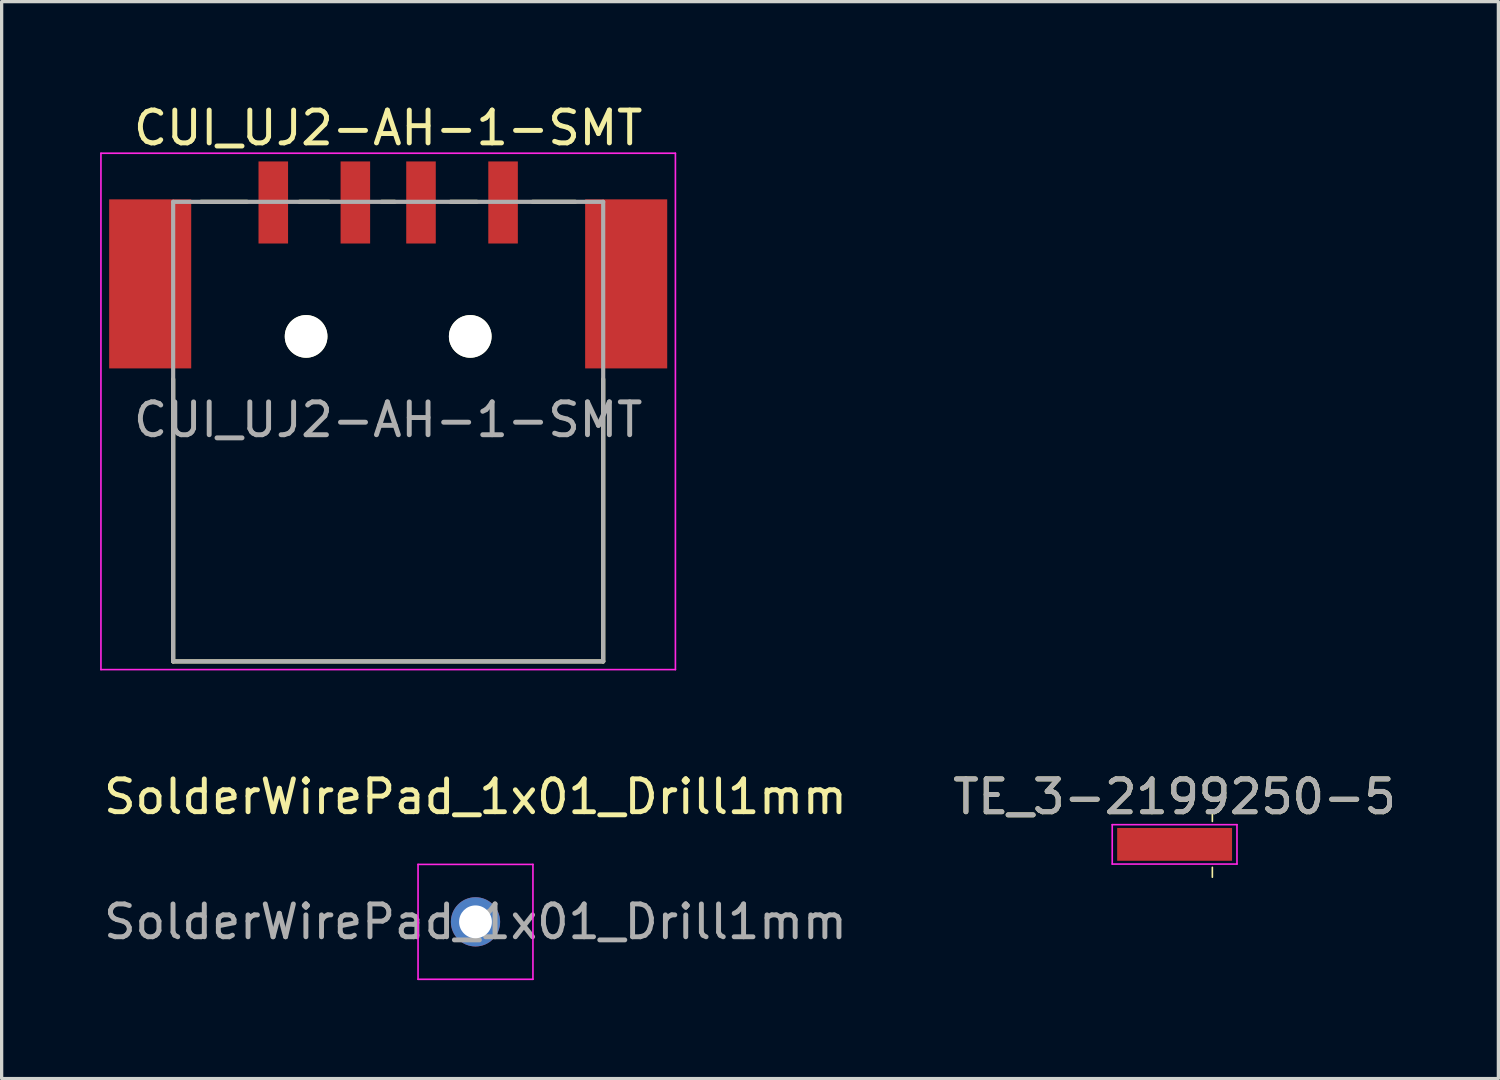
<source format=kicad_pcb>
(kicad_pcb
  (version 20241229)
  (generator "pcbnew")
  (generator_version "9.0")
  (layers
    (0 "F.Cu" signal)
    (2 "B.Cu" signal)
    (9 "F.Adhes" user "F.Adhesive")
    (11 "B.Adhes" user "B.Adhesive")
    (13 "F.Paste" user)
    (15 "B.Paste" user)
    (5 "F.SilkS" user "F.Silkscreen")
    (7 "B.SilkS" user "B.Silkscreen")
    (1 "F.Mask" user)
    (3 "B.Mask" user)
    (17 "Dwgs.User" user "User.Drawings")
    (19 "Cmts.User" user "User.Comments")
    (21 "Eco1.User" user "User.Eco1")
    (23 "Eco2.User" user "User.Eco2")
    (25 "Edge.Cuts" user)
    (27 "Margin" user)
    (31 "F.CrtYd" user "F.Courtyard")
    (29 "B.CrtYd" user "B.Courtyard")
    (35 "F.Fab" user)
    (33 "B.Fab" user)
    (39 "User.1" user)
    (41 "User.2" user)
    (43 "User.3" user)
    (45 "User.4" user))
  (footprint "TE_3-2199250-5"
    (layer "F.Cu")
    (at 32.732 22.672)
    (property "Reference" "TE_3-2199250-5" (at 0 -1.448 0) (layer "F.SilkS") (effects (font (size 1 1) (thickness 0.15))))
    (attr exclude_from_pos_files exclude_from_bom)
    (fp_line (start 1.15 -1) (end 1.15 -0.7) (stroke (width 0.05) (type solid)) (layer "F.SilkS"))
    (fp_line (start 1.15 0.7) (end 1.15 1) (stroke (width 0.05) (type solid)) (layer "F.SilkS"))
    (fp_line (start -1.9 -0.6) (end -1.9 0.6) (stroke (width 0.05) (type solid)) (layer "F.CrtYd"))
    (fp_line (start -1.9 -0.6) (end 1.9 -0.6) (stroke (width 0.05) (type solid)) (layer "F.CrtYd"))
    (fp_line (start -1.9 0.6) (end 1.9 0.6) (stroke (width 0.05) (type solid)) (layer "F.CrtYd"))
    (fp_line (start 1.9 -0.6) (end 1.9 0.6) (stroke (width 0.05) (type solid)) (layer "F.CrtYd"))
    (fp_text user "${REFERENCE}" (at 0 -1.45 0) (layer "F.Fab") (effects (font (size 1 1) (thickness 0.15))))
    (pad "1" smd rect (at 0 0) (size 3.5 1) (layers "F.Cu" "F.Mask")))
  (footprint "CUI_UJ2-AH-1-SMT"
    (layer "F.Cu")
    (at 8.775 7.198)
    (property "Reference" "CUI_UJ2-AH-1-SMT" (at 0 2.54 0) (layer "F.Fab") (effects (font (size 1 1) (thickness 0.15))))
    (attr smd)
    (fp_line (start -6.55 1.3) (end -6.55 9.9) (stroke (width 0.127) (type solid)) (layer "F.SilkS"))
    (fp_line (start -6.55 9.9) (end 6.55 9.9) (stroke (width 0.127) (type solid)) (layer "F.SilkS"))
    (fp_line (start -4.3 -4.1) (end -5.7 -4.1) (stroke (width 0.127) (type solid)) (layer "F.SilkS"))
    (fp_line (start -2.7 -4.1) (end -1.8 -4.1) (stroke (width 0.127) (type solid)) (layer "F.SilkS"))
    (fp_line (start -0.2 -4.1) (end 0.2 -4.1) (stroke (width 0.127) (type solid)) (layer "F.SilkS"))
    (fp_line (start 1.9 -4.1) (end 2.7 -4.1) (stroke (width 0.127) (type solid)) (layer "F.SilkS"))
    (fp_line (start 4.4 -4.1) (end 5.7 -4.1) (stroke (width 0.127) (type solid)) (layer "F.SilkS"))
    (fp_line (start 6.55 9.9) (end 6.55 1.3) (stroke (width 0.127) (type solid)) (layer "F.SilkS"))
    (fp_line (start -8.75 -5.58) (end 8.75 -5.58) (stroke (width 0.05) (type solid)) (layer "F.CrtYd"))
    (fp_line (start -8.75 10.15) (end -8.75 -5.58) (stroke (width 0.05) (type solid)) (layer "F.CrtYd"))
    (fp_line (start 8.75 -5.58) (end 8.75 10.15) (stroke (width 0.05) (type solid)) (layer "F.CrtYd"))
    (fp_line (start 8.75 10.15) (end -8.75 10.15) (stroke (width 0.05) (type solid)) (layer "F.CrtYd"))
    (fp_line (start -6.55 -4.1) (end 6.55 -4.1) (stroke (width 0.127) (type solid)) (layer "F.Fab"))
    (fp_line (start -6.55 9.9) (end -6.55 -4.1) (stroke (width 0.127) (type solid)) (layer "F.Fab"))
    (fp_line (start 6.55 -4.1) (end 6.55 9.9) (stroke (width 0.127) (type solid)) (layer "F.Fab"))
    (fp_line (start 6.55 9.9) (end -6.55 9.9) (stroke (width 0.127) (type solid)) (layer "F.Fab"))
    (fp_text user "${REFERENCE}" (at 0 -6.35 0) (layer "F.SilkS") (effects (font (size 1 1) (thickness 0.15))))
    (pad "" np_thru_hole circle (at -2.5 0) (size 1.3 1.3) (drill 1.3) (layers "*.Cu" "*.Mask" "F.SilkS"))
    (pad "" np_thru_hole circle (at 2.5 0) (size 1.3 1.3) (drill 1.3) (layers "*.Cu" "*.Mask" "F.SilkS"))
    (pad "1" smd rect (at -3.5 -4.08) (size 0.9 2.5) (layers "F.Cu" "F.Mask" "F.Paste"))
    (pad "2" smd rect (at -1 -4.08) (size 0.9 2.5) (layers "F.Cu" "F.Mask" "F.Paste"))
    (pad "3" smd rect (at 1 -4.08) (size 0.9 2.5) (layers "F.Cu" "F.Mask" "F.Paste"))
    (pad "4" smd rect (at 3.5 -4.08) (size 0.9 2.5) (layers "F.Cu" "F.Mask" "F.Paste"))
    (pad "5" smd rect (at -7.25 -1.6) (size 2.5 5.15) (layers "F.Cu" "F.Mask" "F.Paste"))
    (pad "5" smd rect (at 7.25 -1.6) (size 2.5 5.15) (layers "F.Cu" "F.Mask" "F.Paste")))
  (footprint "SolderWirePad_1x01_Drill1mm"
    (layer "F.Cu")
    (at 11.435 25.032)
    (property "Reference" "SolderWirePad_1x01_Drill1mm" (at 0 -3.81 0) (layer "F.SilkS") (effects (font (size 1 1) (thickness 0.15))))
    (attr exclude_from_pos_files exclude_from_bom)
    (fp_line (start -1.75 -1.75) (end -1.75 1.75) (stroke (width 0.05) (type solid)) (layer "F.CrtYd"))
    (fp_line (start -1.75 -1.75) (end 1.75 -1.75) (stroke (width 0.05) (type solid)) (layer "F.CrtYd"))
    (fp_line (start 1.75 1.75) (end -1.75 1.75) (stroke (width 0.05) (type solid)) (layer "F.CrtYd"))
    (fp_line (start 1.75 1.75) (end 1.75 -1.75) (stroke (width 0.05) (type solid)) (layer "F.CrtYd"))
    (fp_text user "${REFERENCE}" (at 0 0 0) (layer "F.Fab") (effects (font (size 1 1) (thickness 0.15))))
    (pad "1" thru_hole circle (at 0 0) (size 1.5 1.5) (drill 1) (layers "*.Cu" "*.Mask")))
  (gr_rect
    (start -3 -3)
    (end 42.595 29.806)
    (stroke (width 0.1) (type default))
    (fill no)
    (layer "Edge.Cuts")))
</source>
